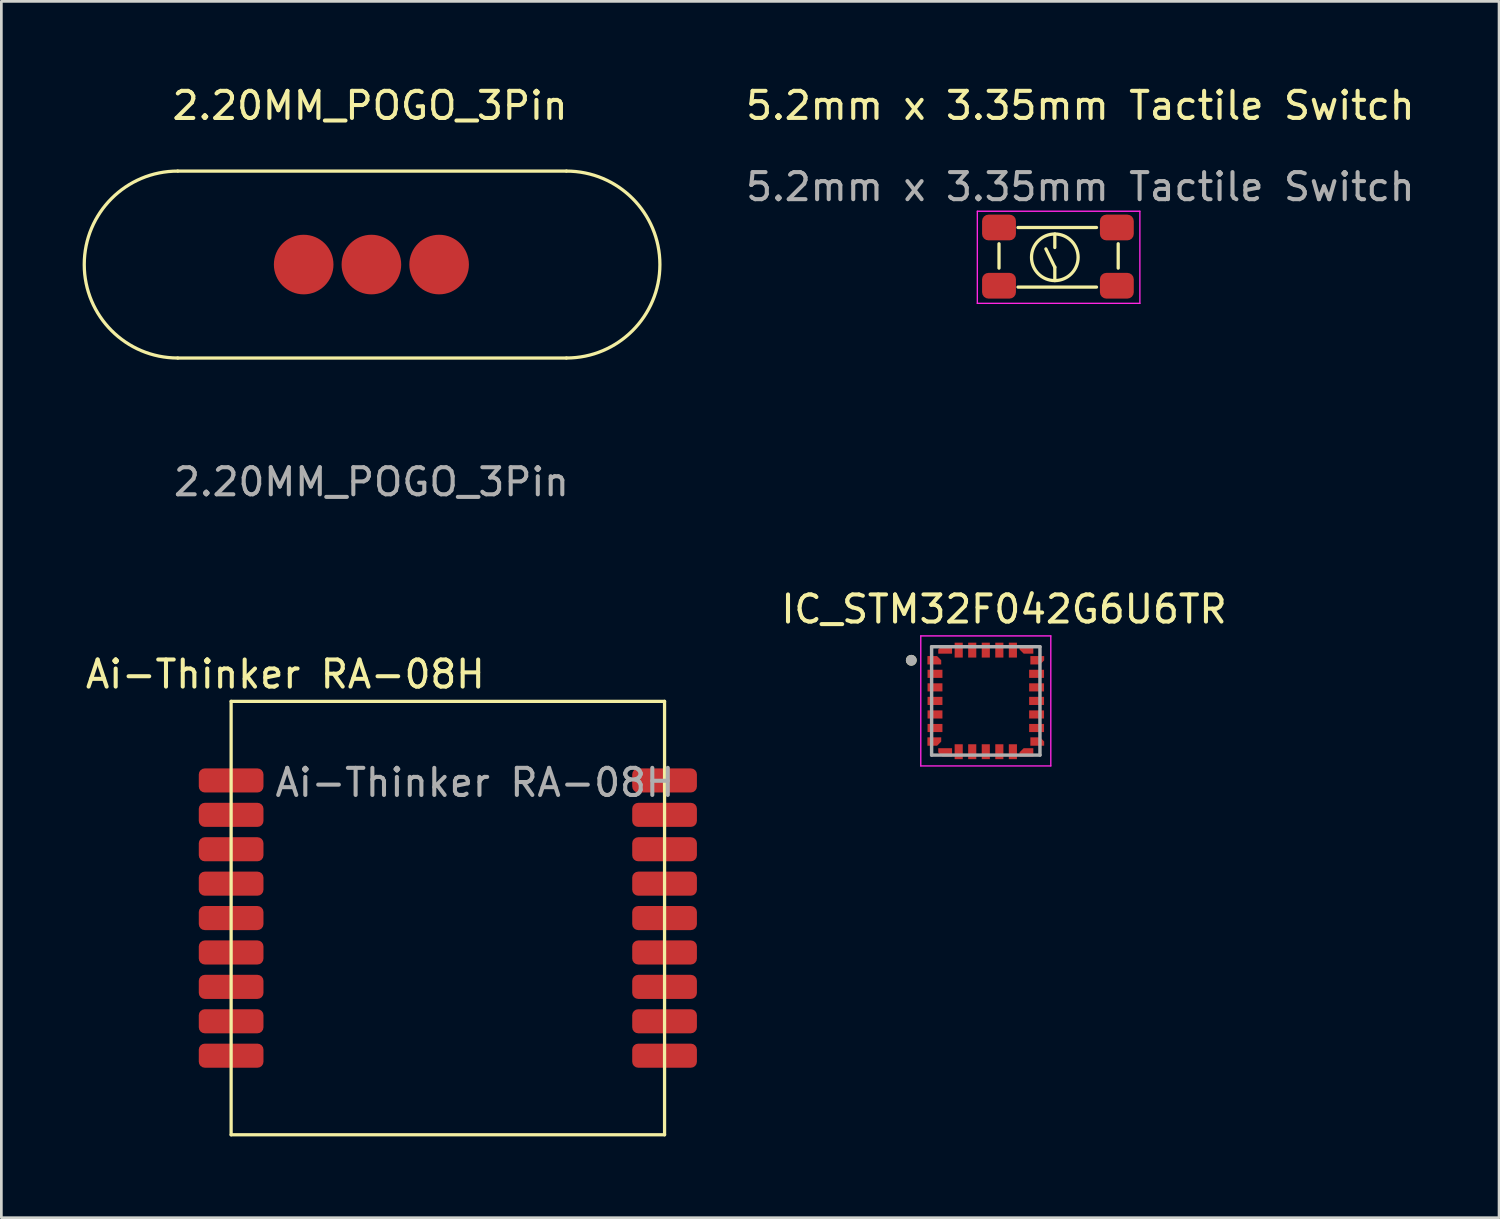
<source format=kicad_pcb>
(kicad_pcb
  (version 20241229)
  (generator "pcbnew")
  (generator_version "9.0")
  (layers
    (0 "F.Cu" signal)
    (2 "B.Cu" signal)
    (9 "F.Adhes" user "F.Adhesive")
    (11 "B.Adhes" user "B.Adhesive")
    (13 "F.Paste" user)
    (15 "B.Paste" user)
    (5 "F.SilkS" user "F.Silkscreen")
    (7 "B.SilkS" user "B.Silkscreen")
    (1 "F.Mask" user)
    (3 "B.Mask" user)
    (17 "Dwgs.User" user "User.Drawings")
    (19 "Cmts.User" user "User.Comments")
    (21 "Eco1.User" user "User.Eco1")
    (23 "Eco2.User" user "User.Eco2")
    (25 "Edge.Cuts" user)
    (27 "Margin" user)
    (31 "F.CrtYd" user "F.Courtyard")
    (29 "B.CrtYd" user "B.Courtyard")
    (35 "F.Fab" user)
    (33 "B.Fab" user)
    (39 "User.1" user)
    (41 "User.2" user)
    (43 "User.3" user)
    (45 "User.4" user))
  (footprint "2.20MM_POGO_3Pin"
    (layer "F.Cu")
    (at 10.66 6.716)
    (property "Reference" "2.20MM_POGO_3Pin" (at -0.051 -5.867 0) (unlocked yes) (layer "F.SilkS") (effects (font (size 1 1) (thickness 0.15))))
    (attr smd)
    (fp_line (start -7.15 -3.45) (end 7.2 -3.45) (stroke (width 0.12) (type solid)) (layer "F.SilkS"))
    (fp_line (start -7.15 3.45) (end 7.2 3.45) (stroke (width 0.12) (type solid)) (layer "F.SilkS"))
    (fp_arc (start -7.15 3.45) (mid -10.6 0) (end -7.15 -3.45) (stroke (width 0.12) (type solid)) (layer "F.SilkS"))
    (fp_arc (start 7.2 -3.45) (mid 10.65 0) (end 7.2 3.45) (stroke (width 0.12) (type solid)) (layer "F.SilkS"))
    (fp_text user "${REFERENCE}" (at 0 8.026 0) (unlocked yes) (layer "F.Fab") (effects (font (size 1 1) (thickness 0.15))))
    (pad "1" smd circle (at -2.5 0) (size 2.2 2.2) (layers "F.Cu" "F.Mask" "F.Paste"))
    (pad "2" smd circle (at 0 0) (size 2.2 2.2) (layers "F.Cu" "F.Mask" "F.Paste"))
    (pad "3" smd circle (at 2.5 0) (size 2.2 2.2) (layers "F.Cu" "F.Mask" "F.Paste")))
  (footprint "5.2mm x 3.35mm Tactile Switch"
    (layer "F.Cu")
    (at 36.828 1.348)
    (property "Reference" "5.2mm x 3.35mm Tactile Switch" (at 0 -0.5 0) (unlocked yes) (layer "F.SilkS") (effects (font (size 1 1) (thickness 0.15))))
    (attr smd)
    (fp_line (start -3 4.6) (end -3 5.5) (stroke (width 0.12) (type solid)) (layer "F.SilkS"))
    (fp_line (start -2.3 4) (end 0.6 4) (stroke (width 0.12) (type solid)) (layer "F.SilkS"))
    (fp_line (start -2.3 6.2) (end 0.6 6.2) (stroke (width 0.12) (type solid)) (layer "F.SilkS"))
    (fp_line (start -0.94 5.47) (end -1.27 4.79) (stroke (width 0.12) (type solid)) (layer "F.SilkS"))
    (fp_line (start -0.94 4.24) (end -0.94 4.74) (stroke (width 0.12) (type solid)) (layer "F.SilkS"))
    (fp_line (start -0.94 5.96) (end -0.94 5.46) (stroke (width 0.12) (type solid)) (layer "F.SilkS"))
    (fp_line (start 1.4 4.6) (end 1.4 5.5) (stroke (width 0.12) (type solid)) (layer "F.SilkS"))
    (fp_circle (center -0.94 5.1) (end -1.44 5.8) (stroke (width 0.12) (type solid)) (fill no) (layer "F.SilkS"))
    (fp_line (start -3.8 3.4) (end 2.2 3.4) (stroke (width 0.05) (type solid)) (layer "F.CrtYd"))
    (fp_line (start -3.8 6.8) (end -3.8 3.4) (stroke (width 0.05) (type solid)) (layer "F.CrtYd"))
    (fp_line (start 2.2 3.4) (end 2.2 6.8) (stroke (width 0.05) (type solid)) (layer "F.CrtYd"))
    (fp_line (start 2.2 6.8) (end -3.8 6.8) (stroke (width 0.05) (type solid)) (layer "F.CrtYd"))
    (fp_text user "${REFERENCE}" (at 0 2.5 0) (unlocked yes) (layer "F.Fab") (effects (font (size 1 1) (thickness 0.15))))
    (pad "1" smd roundrect (at -3 4) (size 1.25 0.95) (layers "F.Cu" "F.Mask" "F.Paste") (roundrect_rratio 0.25))
    (pad "2" smd roundrect (at 1.35 4) (size 1.25 0.95) (layers "F.Cu" "F.Mask" "F.Paste") (roundrect_rratio 0.25))
    (pad "3" smd roundrect (at -3 6.15) (size 1.25 0.95) (layers "F.Cu" "F.Mask" "F.Paste") (roundrect_rratio 0.25))
    (pad "4" smd roundrect (at 1.35 6.15) (size 1.25 0.95) (layers "F.Cu" "F.Mask" "F.Paste") (roundrect_rratio 0.25)))
  (footprint "IC_STM32F042G6U6TR"
    (layer "F.Cu")
    (at 33.34 22.824)
    (property "Reference" "IC_STM32F042G6U6TR" (at 0.675 -3.385 0) (layer "F.SilkS") (effects (font (size 1 1) (thickness 0.15))))
    (attr through_hole)
    (fp_poly (pts (xy -2.25 -1.75) (xy -2.25 -1.25) (xy -1.55 -1.25) (xy -1.55 -1.5) (xy -1.8 -1.75)) (stroke (width 0.01) (type solid)) (fill yes) (layer "F.Mask"))
    (fp_poly (pts (xy -2.25 1.25) (xy -2.25 1.75) (xy -1.8 1.75) (xy -1.55 1.5) (xy -1.55 1.25)) (stroke (width 0.01) (type solid)) (fill yes) (layer "F.Mask"))
    (fp_poly (pts (xy -1.75 2.25) (xy -1.25 2.25) (xy -1.25 1.55) (xy -1.5 1.55) (xy -1.75 1.8)) (stroke (width 0.01) (type solid)) (fill yes) (layer "F.Mask"))
    (fp_poly (pts (xy -1.25 -2.25) (xy -1.75 -2.25) (xy -1.75 -1.8) (xy -1.5 -1.55) (xy -1.25 -1.55)) (stroke (width 0.01) (type solid)) (fill yes) (layer "F.Mask"))
    (fp_poly (pts (xy 1.25 2.25) (xy 1.75 2.25) (xy 1.75 1.8) (xy 1.5 1.55) (xy 1.25 1.55)) (stroke (width 0.01) (type solid)) (fill yes) (layer "F.Mask"))
    (fp_poly (pts (xy 1.75 -2.25) (xy 1.25 -2.25) (xy 1.25 -1.55) (xy 1.5 -1.55) (xy 1.75 -1.8)) (stroke (width 0.01) (type solid)) (fill yes) (layer "F.Mask"))
    (fp_poly (pts (xy 2.25 -1.25) (xy 2.25 -1.75) (xy 1.8 -1.75) (xy 1.55 -1.5) (xy 1.55 -1.25)) (stroke (width 0.01) (type solid)) (fill yes) (layer "F.Mask"))
    (fp_poly (pts (xy 2.25 1.75) (xy 2.25 1.25) (xy 1.55 1.25) (xy 1.55 1.5) (xy 1.8 1.75)) (stroke (width 0.01) (type solid)) (fill yes) (layer "F.Mask"))
    (fp_circle (center -2.75 -1.5) (end -2.65 -1.5) (stroke (width 0.2) (type solid)) (fill no) (layer "F.SilkS"))
    (fp_poly (pts (xy -2.15 -1.65) (xy -2.15 -1.35) (xy -1.65 -1.35) (xy -1.65 -1.5) (xy -1.8 -1.65)) (stroke (width 0.01) (type solid)) (fill yes) (layer "F.Paste"))
    (fp_poly (pts (xy -2.15 1.35) (xy -2.15 1.65) (xy -1.8 1.65) (xy -1.65 1.5) (xy -1.65 1.35)) (stroke (width 0.01) (type solid)) (fill yes) (layer "F.Paste"))
    (fp_poly (pts (xy -1.65 2.15) (xy -1.35 2.15) (xy -1.35 1.65) (xy -1.5 1.65) (xy -1.65 1.8)) (stroke (width 0.01) (type solid)) (fill yes) (layer "F.Paste"))
    (fp_poly (pts (xy -1.35 -2.15) (xy -1.65 -2.15) (xy -1.65 -1.8) (xy -1.5 -1.65) (xy -1.35 -1.65)) (stroke (width 0.01) (type solid)) (fill yes) (layer "F.Paste"))
    (fp_poly (pts (xy 1.35 2.15) (xy 1.65 2.15) (xy 1.65 1.8) (xy 1.5 1.65) (xy 1.35 1.65)) (stroke (width 0.01) (type solid)) (fill yes) (layer "F.Paste"))
    (fp_poly (pts (xy 1.65 -2.15) (xy 1.35 -2.15) (xy 1.35 -1.65) (xy 1.5 -1.65) (xy 1.65 -1.8)) (stroke (width 0.01) (type solid)) (fill yes) (layer "F.Paste"))
    (fp_poly (pts (xy 2.15 -1.35) (xy 2.15 -1.65) (xy 1.8 -1.65) (xy 1.65 -1.5) (xy 1.65 -1.35)) (stroke (width 0.01) (type solid)) (fill yes) (layer "F.Paste"))
    (fp_poly (pts (xy 2.15 1.65) (xy 2.15 1.35) (xy 1.65 1.35) (xy 1.65 1.5) (xy 1.8 1.65)) (stroke (width 0.01) (type solid)) (fill yes) (layer "F.Paste"))
    (fp_line (start -2.4 -2.4) (end 2.4 -2.4) (stroke (width 0.05) (type solid)) (layer "F.CrtYd"))
    (fp_line (start -2.4 2.4) (end -2.4 -2.4) (stroke (width 0.05) (type solid)) (layer "F.CrtYd"))
    (fp_line (start 2.4 -2.4) (end 2.4 2.4) (stroke (width 0.05) (type solid)) (layer "F.CrtYd"))
    (fp_line (start 2.4 2.4) (end -2.4 2.4) (stroke (width 0.05) (type solid)) (layer "F.CrtYd"))
    (fp_line (start -2 -2) (end 2 -2) (stroke (width 0.127) (type solid)) (layer "F.Fab"))
    (fp_line (start -2 2) (end -2 -2) (stroke (width 0.127) (type solid)) (layer "F.Fab"))
    (fp_line (start 2 -2) (end 2 2) (stroke (width 0.127) (type solid)) (layer "F.Fab"))
    (fp_line (start 2 2) (end -2 2) (stroke (width 0.127) (type solid)) (layer "F.Fab"))
    (fp_circle (center -2.75 -1.5) (end -2.65 -1.5) (stroke (width 0.2) (type solid)) (fill no) (layer "F.Fab"))
    (pad "1" smd custom (at -1.9 -1.5) (size 0.1 0.1) (layers "F.Cu") (options (anchor rect)) (primitives (gr_poly (pts (xy -0.25 -0.15) (xy -0.25 0.15) (xy 0.25 0.15) (xy 0.25 0) (xy 0.1 -0.15)) (width 0.01) (fill yes))))
    (pad "2" smd rect (at -1.875 -1) (size 0.55 0.3) (layers "F.Cu" "F.Mask" "F.Paste"))
    (pad "3" smd rect (at -1.875 -0.5) (size 0.55 0.3) (layers "F.Cu" "F.Mask" "F.Paste"))
    (pad "4" smd rect (at -1.875 0) (size 0.55 0.3) (layers "F.Cu" "F.Mask" "F.Paste"))
    (pad "5" smd rect (at -1.875 0.5) (size 0.55 0.3) (layers "F.Cu" "F.Mask" "F.Paste"))
    (pad "6" smd rect (at -1.875 1) (size 0.55 0.3) (layers "F.Cu" "F.Mask" "F.Paste"))
    (pad "7" smd custom (at -1.9 1.5) (size 0.1 0.1) (layers "F.Cu") (options (anchor rect)) (primitives (gr_poly (pts (xy -0.25 -0.15) (xy -0.25 0.15) (xy 0.1 0.15) (xy 0.25 0) (xy 0.25 -0.15)) (width 0.01) (fill yes))))
    (pad "8" smd custom (at -1.5 1.9 90) (size 0.1 0.1) (layers "F.Cu") (options (anchor rect)) (primitives (gr_poly (pts (xy -0.15 0.25) (xy 0.15 0.25) (xy 0.15 -0.25) (xy 0 -0.25) (xy -0.15 -0.1)) (width 0.01) (fill yes))))
    (pad "9" smd rect (at -1 1.875 90) (size 0.55 0.3) (layers "F.Cu" "F.Mask" "F.Paste"))
    (pad "10" smd rect (at -0.5 1.875 90) (size 0.55 0.3) (layers "F.Cu" "F.Mask" "F.Paste"))
    (pad "11" smd rect (at 0 1.875 90) (size 0.55 0.3) (layers "F.Cu" "F.Mask" "F.Paste"))
    (pad "12" smd rect (at 0.5 1.875 90) (size 0.55 0.3) (layers "F.Cu" "F.Mask" "F.Paste"))
    (pad "13" smd rect (at 1 1.875 90) (size 0.55 0.3) (layers "F.Cu" "F.Mask" "F.Paste"))
    (pad "14" smd custom (at 1.5 1.9 90) (size 0.1 0.1) (layers "F.Cu") (options (anchor rect)) (primitives (gr_poly (pts (xy -0.15 0.25) (xy 0.15 0.25) (xy 0.15 -0.1) (xy 0 -0.25) (xy -0.15 -0.25)) (width 0.01) (fill yes))))
    (pad "15" smd custom (at 1.9 1.5 180) (size 0.1 0.1) (layers "F.Cu") (options (anchor rect)) (primitives (gr_poly (pts (xy 0.25 0.15) (xy 0.25 -0.15) (xy -0.25 -0.15) (xy -0.25 0) (xy -0.1 0.15)) (width 0.01) (fill yes))))
    (pad "16" smd rect (at 1.875 1 180) (size 0.55 0.3) (layers "F.Cu" "F.Mask" "F.Paste"))
    (pad "17" smd rect (at 1.875 0.5 180) (size 0.55 0.3) (layers "F.Cu" "F.Mask" "F.Paste"))
    (pad "18" smd rect (at 1.875 0 180) (size 0.55 0.3) (layers "F.Cu" "F.Mask" "F.Paste"))
    (pad "19" smd rect (at 1.875 -0.5 180) (size 0.55 0.3) (layers "F.Cu" "F.Mask" "F.Paste"))
    (pad "20" smd rect (at 1.875 -1 180) (size 0.55 0.3) (layers "F.Cu" "F.Mask" "F.Paste"))
    (pad "21" smd custom (at 1.9 -1.5 180) (size 0.1 0.1) (layers "F.Cu") (options (anchor rect)) (primitives (gr_poly (pts (xy 0.25 0.15) (xy 0.25 -0.15) (xy -0.1 -0.15) (xy -0.25 0) (xy -0.25 0.15)) (width 0.01) (fill yes))))
    (pad "22" smd custom (at 1.5 -1.9 270) (size 0.1 0.1) (layers "F.Cu") (options (anchor rect)) (primitives (gr_poly (pts (xy 0.15 -0.25) (xy -0.15 -0.25) (xy -0.15 0.25) (xy 0 0.25) (xy 0.15 0.1)) (width 0.01) (fill yes))))
    (pad "23" smd rect (at 1 -1.875 270) (size 0.55 0.3) (layers "F.Cu" "F.Mask" "F.Paste"))
    (pad "24" smd rect (at 0.5 -1.875 270) (size 0.55 0.3) (layers "F.Cu" "F.Mask" "F.Paste"))
    (pad "25" smd rect (at 0 -1.875 270) (size 0.55 0.3) (layers "F.Cu" "F.Mask" "F.Paste"))
    (pad "26" smd rect (at -0.5 -1.875 270) (size 0.55 0.3) (layers "F.Cu" "F.Mask" "F.Paste"))
    (pad "27" smd rect (at -1 -1.875 270) (size 0.55 0.3) (layers "F.Cu" "F.Mask" "F.Paste"))
    (pad "28" smd custom (at -1.5 -1.9 270) (size 0.1 0.1) (layers "F.Cu") (options (anchor rect)) (primitives (gr_poly (pts (xy 0.15 -0.25) (xy -0.15 -0.25) (xy -0.15 0.1) (xy 0 0.25) (xy 0.15 0.25)) (width 0.01) (fill yes)))))
  (footprint "Ai-Thinker RA-08H"
    (layer "F.Cu")
    (at 15.482 18.84)
    (property "Reference" "Ai-Thinker RA-08H" (at -8 3 0) (unlocked yes) (layer "F.SilkS") (effects (font (size 1 1) (thickness 0.15))))
    (attr smd)
    (fp_line (start -10 4) (end 6 4) (stroke (width 0.12) (type solid)) (layer "F.SilkS"))
    (fp_line (start -10 20) (end -10 4) (stroke (width 0.12) (type solid)) (layer "F.SilkS"))
    (fp_line (start 6 4) (end 6 20) (stroke (width 0.12) (type solid)) (layer "F.SilkS"))
    (fp_line (start 6 20) (end -10 20) (stroke (width 0.12) (type solid)) (layer "F.SilkS"))
    (fp_text user "${REFERENCE}" (at -1 7 0) (unlocked yes) (layer "F.Fab") (effects (font (size 1 1) (thickness 0.15))))
    (pad "1" smd roundrect (at -10 6.92) (size 2.388 0.889) (layers "F.Cu" "F.Mask" "F.Paste") (roundrect_rratio 0.25))
    (pad "2" smd roundrect (at -10 8.19) (size 2.388 0.889) (layers "F.Cu" "F.Mask" "F.Paste") (roundrect_rratio 0.25))
    (pad "3" smd roundrect (at -10 9.46) (size 2.388 0.889) (layers "F.Cu" "F.Mask" "F.Paste") (roundrect_rratio 0.25))
    (pad "4" smd roundrect (at -10 10.73) (size 2.388 0.889) (layers "F.Cu" "F.Mask" "F.Paste") (roundrect_rratio 0.25))
    (pad "5" smd roundrect (at -10 12) (size 2.388 0.889) (layers "F.Cu" "F.Mask" "F.Paste") (roundrect_rratio 0.25))
    (pad "6" smd roundrect (at -10 13.27) (size 2.388 0.889) (layers "F.Cu" "F.Mask" "F.Paste") (roundrect_rratio 0.25))
    (pad "7" smd roundrect (at -10 14.54) (size 2.388 0.889) (layers "F.Cu" "F.Mask" "F.Paste") (roundrect_rratio 0.25))
    (pad "8" smd roundrect (at -10 15.81) (size 2.388 0.889) (layers "F.Cu" "F.Mask" "F.Paste") (roundrect_rratio 0.25))
    (pad "9" smd roundrect (at -10 17.08) (size 2.388 0.889) (layers "F.Cu" "F.Mask" "F.Paste") (roundrect_rratio 0.25))
    (pad "10" smd roundrect (at 6 6.92) (size 2.388 0.889) (layers "F.Cu" "F.Mask" "F.Paste") (roundrect_rratio 0.25))
    (pad "11" smd roundrect (at 6 8.19) (size 2.388 0.889) (layers "F.Cu" "F.Mask" "F.Paste") (roundrect_rratio 0.25))
    (pad "12" smd roundrect (at 6 9.46) (size 2.388 0.889) (layers "F.Cu" "F.Mask" "F.Paste") (roundrect_rratio 0.25))
    (pad "13" smd roundrect (at 6 10.73) (size 2.388 0.889) (layers "F.Cu" "F.Mask" "F.Paste") (roundrect_rratio 0.25))
    (pad "14" smd roundrect (at 6 12) (size 2.388 0.889) (layers "F.Cu" "F.Mask" "F.Paste") (roundrect_rratio 0.25))
    (pad "15" smd roundrect (at 6 13.27) (size 2.388 0.889) (layers "F.Cu" "F.Mask" "F.Paste") (roundrect_rratio 0.25))
    (pad "16" smd roundrect (at 6 14.54) (size 2.388 0.889) (layers "F.Cu" "F.Mask" "F.Paste") (roundrect_rratio 0.25))
    (pad "17" smd roundrect (at 6 15.81) (size 2.388 0.889) (layers "F.Cu" "F.Mask" "F.Paste") (roundrect_rratio 0.25))
    (pad "18" smd roundrect (at 6 17.08) (size 2.388 0.889) (layers "F.Cu" "F.Mask" "F.Paste") (roundrect_rratio 0.25)))
  (gr_rect
    (start -3 -3)
    (end 52.287 41.9)
    (stroke (width 0.1) (type default))
    (fill no)
    (layer "Edge.Cuts")))
</source>
